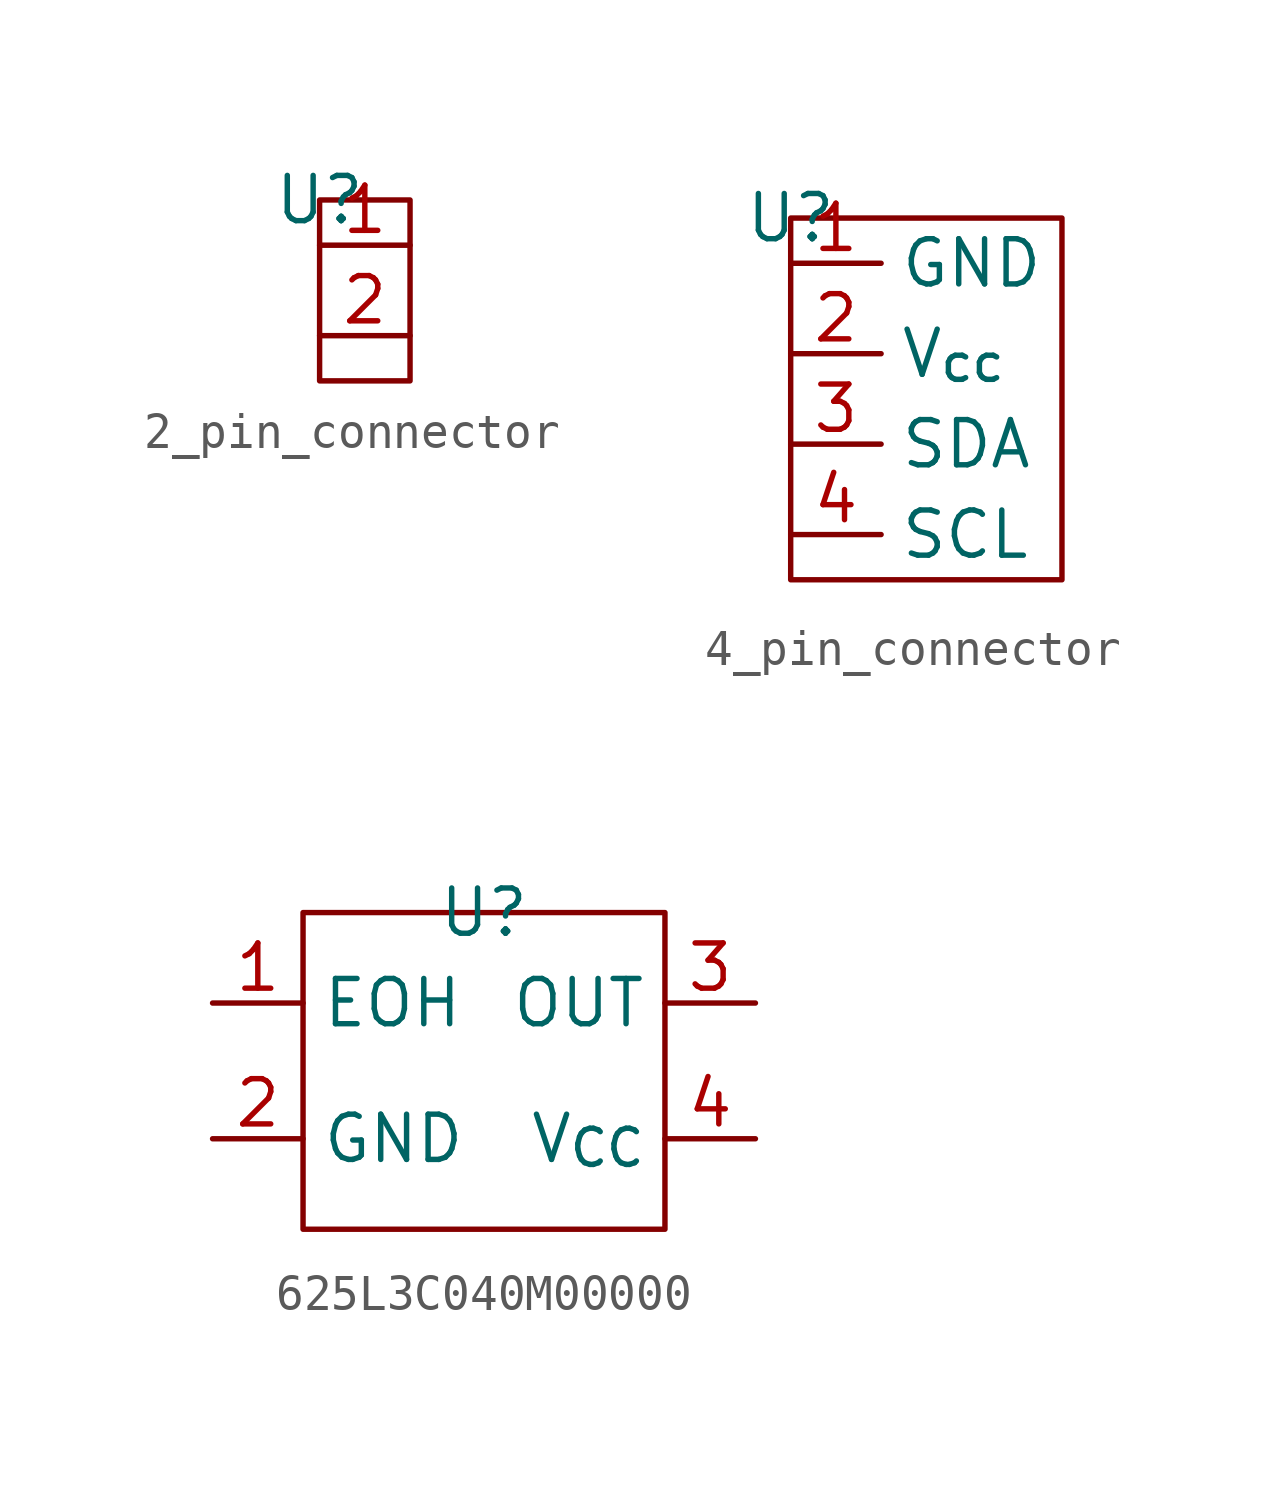
<source format=kicad_sym>
(kicad_symbol_lib
  (version 20220914)
  (generator kicad_symbol_editor)
  (symbol "2_pin_connector"
    (property "Reference" "U"
      (at 0 0 0)
      (effects (font (size 1.27 1.27))))
    (property "Value" ""
      (at 0 0 0)
      (effects (font (size 1.27 1.27))))
    (symbol "2_pin_connector_0_1"
      (rectangle (start 0 0) (end 2.54 -5.08) (stroke (width 0) (type default)) (fill (type none))))
    (symbol "2_pin_connector_1_1"
      (pin output line (at 0 -1.27 0) (length 2.54) (name "" (effects (font (size 1.27 1.27)))) (number "1" (effects (font (size 1.27 1.27)))))
      (pin output line (at 0 -3.81 0) (length 2.54) (name "" (effects (font (size 1.27 1.27)))) (number "2" (effects (font (size 1.27 1.27)))))))
  (symbol "4_pin_connector"
    (property "Reference" "U"
      (at 0 0 0)
      (effects (font (size 1.27 1.27))))
    (property "Value" ""
      (at 0 0 0)
      (effects (font (size 1.27 1.27))))
    (symbol "4_pin_connector_0_1"
      (rectangle (start 0 0) (end 7.62 -10.16) (stroke (width 0) (type default)) (fill (type none))))
    (symbol "4_pin_connector_1_1"
      (pin input line (at 0 -1.27 0) (length 2.54) (name "GND" (effects (font (size 1.27 1.27)))) (number "1" (effects (font (size 1.27 1.27)))))
      (pin input line (at 0 -3.81 0) (length 2.54) (name "V_{cc}" (effects (font (size 1.27 1.27)))) (number "2" (effects (font (size 1.27 1.27)))))
      (pin input line (at 0 -6.35 0) (length 2.54) (name "SDA" (effects (font (size 1.27 1.27)))) (number "3" (effects (font (size 1.27 1.27)))))
      (pin input line (at 0 -8.89 0) (length 2.54) (name "SCL" (effects (font (size 1.27 1.27)))) (number "4" (effects (font (size 1.27 1.27)))))))
  (symbol "625L3C040M00000"
    (property "Reference" "U"
      (at 0 0 0)
      (effects (font (size 1.27 1.27))))
    (property "Value" ""
      (at 0 0 0)
      (effects (font (size 1.27 1.27))))
    (symbol "625L3C040M00000_0_1"
      (rectangle (start -5.08 0) (end 5.08 -8.89) (stroke (width 0) (type default)) (fill (type none))))
    (symbol "625L3C040M00000_1_1"
      (pin input line (at -7.62 -2.54 0) (length 2.54) (name "EOH" (effects (font (size 1.27 1.27)))) (number "1" (effects (font (size 1.27 1.27)))))
      (pin power_in line (at -7.62 -6.35 0) (length 2.54) (name "GND" (effects (font (size 1.27 1.27)))) (number "2" (effects (font (size 1.27 1.27)))))
      (pin output line (at 7.62 -2.54 180) (length 2.54) (name "OUT" (effects (font (size 1.27 1.27)))) (number "3" (effects (font (size 1.27 1.27)))))
      (pin power_in line (at 7.62 -6.35 180) (length 2.54) (name "V_{CC}" (effects (font (size 1.27 1.27)))) (number "4" (effects (font (size 1.27 1.27))))))))
</source>
